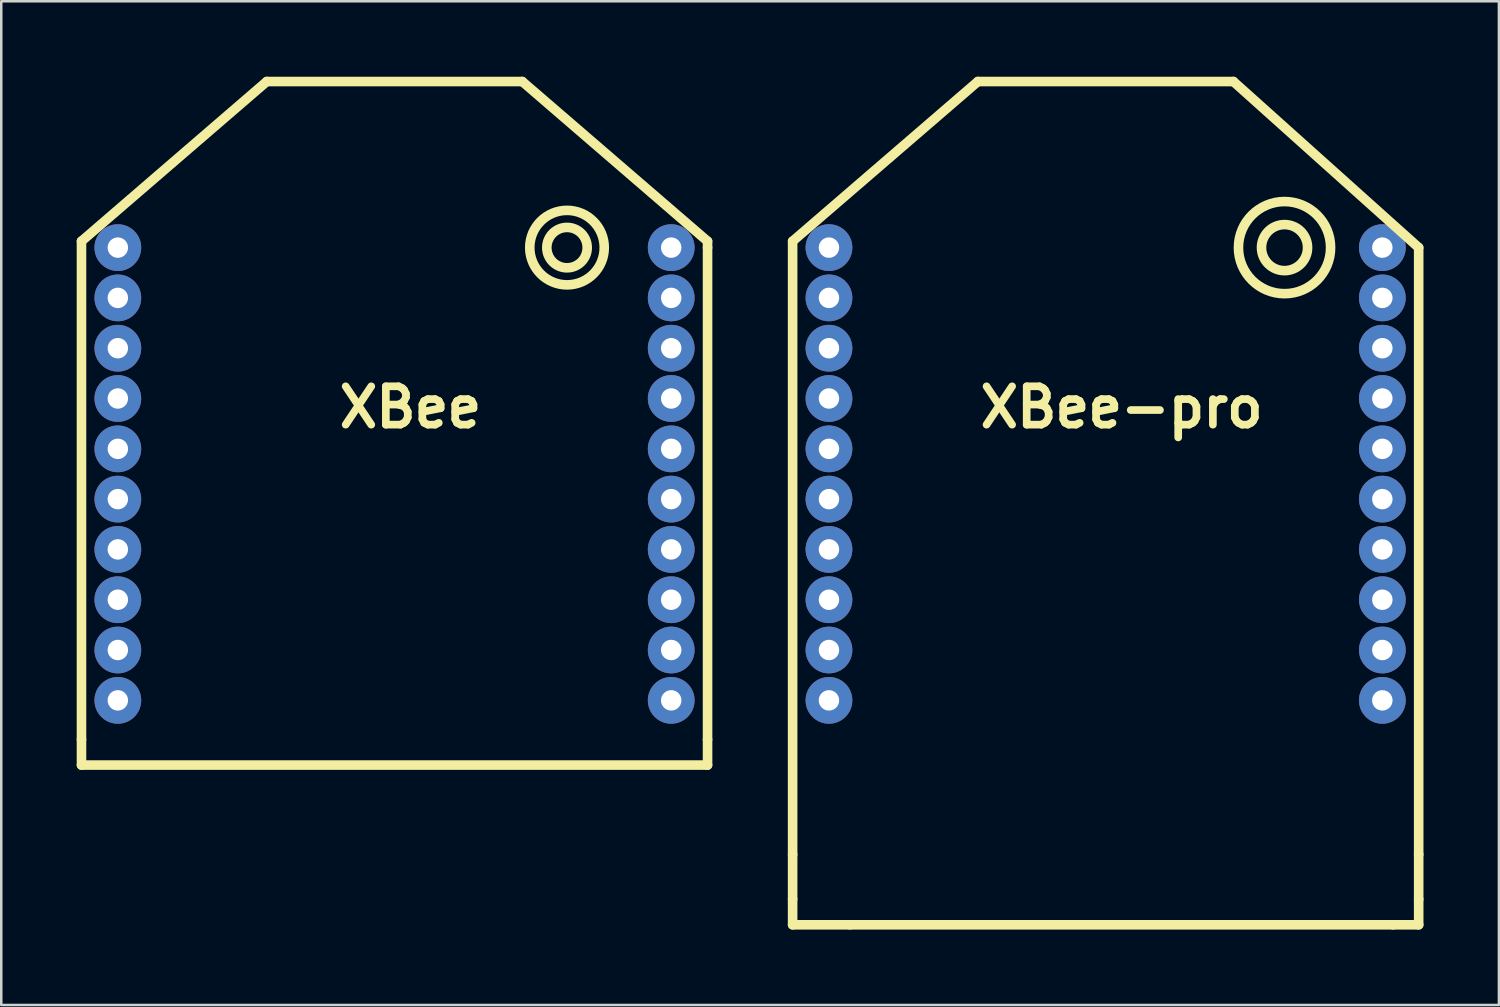
<source format=kicad_pcb>
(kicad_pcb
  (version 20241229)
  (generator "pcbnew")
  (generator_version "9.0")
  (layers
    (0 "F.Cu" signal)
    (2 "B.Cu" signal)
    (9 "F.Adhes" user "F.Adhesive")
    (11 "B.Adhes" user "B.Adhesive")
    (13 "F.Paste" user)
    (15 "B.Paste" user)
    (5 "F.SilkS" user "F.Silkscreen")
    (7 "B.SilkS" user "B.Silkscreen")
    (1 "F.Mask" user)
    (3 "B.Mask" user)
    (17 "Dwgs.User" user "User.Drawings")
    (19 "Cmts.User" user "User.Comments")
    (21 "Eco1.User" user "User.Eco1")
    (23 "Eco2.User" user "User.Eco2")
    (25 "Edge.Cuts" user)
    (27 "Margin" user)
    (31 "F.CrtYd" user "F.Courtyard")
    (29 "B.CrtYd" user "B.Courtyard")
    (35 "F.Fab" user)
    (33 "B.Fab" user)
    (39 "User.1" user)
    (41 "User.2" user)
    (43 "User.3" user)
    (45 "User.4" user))
  (footprint "XBee"
    (layer "F.Cu")
    (at 12.636 6.795)
    (property "Reference" "XBee" (at 0.635 6.35 0) (layer "F.SilkS") (effects (font (size 1.524 1.524) (thickness 0.305))))
    (attr through_hole)
    (fp_line (start -12.446 -0.254) (end -5.08 -6.604) (stroke (width 0.381) (type solid)) (layer "F.SilkS"))
    (fp_line (start -12.446 19.558) (end -12.446 -0.254) (stroke (width 0.381) (type solid)) (layer "F.SilkS"))
    (fp_line (start -12.446 19.558) (end -12.446 20.574) (stroke (width 0.381) (type solid)) (layer "F.SilkS"))
    (fp_line (start -12.446 20.574) (end 12.446 20.574) (stroke (width 0.381) (type solid)) (layer "F.SilkS"))
    (fp_line (start -5.08 -6.604) (end 5.08 -6.604) (stroke (width 0.381) (type solid)) (layer "F.SilkS"))
    (fp_line (start 12.446 -0.254) (end 5.08 -6.604) (stroke (width 0.381) (type solid)) (layer "F.SilkS"))
    (fp_line (start 12.446 0) (end 12.446 -0.254) (stroke (width 0.381) (type solid)) (layer "F.SilkS"))
    (fp_line (start 12.446 19.558) (end 12.446 0) (stroke (width 0.381) (type solid)) (layer "F.SilkS"))
    (fp_line (start 12.446 19.558) (end 12.446 20.574) (stroke (width 0.381) (type solid)) (layer "F.SilkS"))
    (fp_circle (center 6.858 0) (end 7.62 0.254) (stroke (width 0.381) (type solid)) (fill no) (layer "F.SilkS"))
    (fp_circle (center 6.858 0) (end 8.128 0.762) (stroke (width 0.381) (type solid)) (fill no) (layer "F.SilkS"))
    (pad "1" thru_hole circle (at -11.001 0) (size 1.859 1.859) (drill 0.813) (layers "*.Cu"))
    (pad "2" thru_hole circle (at -11.001 1.999) (size 1.859 1.859) (drill 0.813) (layers "*.Cu"))
    (pad "3" thru_hole circle (at -11.001 4) (size 1.859 1.859) (drill 0.813) (layers "*.Cu"))
    (pad "4" thru_hole circle (at -11.001 5.999) (size 1.859 1.859) (drill 0.813) (layers "*.Cu"))
    (pad "5" thru_hole circle (at -11.001 8.001) (size 1.859 1.859) (drill 0.813) (layers "*.Cu"))
    (pad "6" thru_hole circle (at -11.001 10) (size 1.859 1.859) (drill 0.813) (layers "*.Cu"))
    (pad "7" thru_hole circle (at -11.001 11.999) (size 1.859 1.859) (drill 0.813) (layers "*.Cu"))
    (pad "8" thru_hole circle (at -11.001 14) (size 1.859 1.859) (drill 0.813) (layers "*.Cu"))
    (pad "9" thru_hole circle (at -11.001 15.999) (size 1.859 1.859) (drill 0.813) (layers "*.Cu"))
    (pad "10" thru_hole circle (at -11.001 18.001) (size 1.859 1.859) (drill 0.813) (layers "*.Cu"))
    (pad "11" thru_hole circle (at 11.001 18.001) (size 1.859 1.859) (drill 0.813) (layers "*.Cu"))
    (pad "12" thru_hole circle (at 11.001 15.999) (size 1.859 1.859) (drill 0.813) (layers "*.Cu"))
    (pad "13" thru_hole circle (at 11.001 14) (size 1.859 1.859) (drill 0.813) (layers "*.Cu"))
    (pad "14" thru_hole circle (at 11.001 11.999) (size 1.859 1.859) (drill 0.813) (layers "*.Cu"))
    (pad "15" thru_hole circle (at 11.001 10) (size 1.859 1.859) (drill 0.813) (layers "*.Cu"))
    (pad "16" thru_hole circle (at 11.001 8.001) (size 1.859 1.859) (drill 0.813) (layers "*.Cu"))
    (pad "17" thru_hole circle (at 11.001 5.999) (size 1.859 1.859) (drill 0.813) (layers "*.Cu"))
    (pad "18" thru_hole circle (at 11.001 4) (size 1.859 1.859) (drill 0.813) (layers "*.Cu"))
    (pad "19" thru_hole circle (at 11.001 1.999) (size 1.859 1.859) (drill 0.813) (layers "*.Cu"))
    (pad "20" thru_hole circle (at 11.001 0) (size 1.859 1.859) (drill 0.813) (layers "*.Cu")))
  (footprint "XBee-pro"
    (layer "F.Cu")
    (at 40.91 6.795)
    (property "Reference" "XBee-pro" (at 0.635 6.35 0) (layer "F.SilkS") (effects (font (size 1.524 1.524) (thickness 0.305))))
    (attr through_hole)
    (fp_line (start -12.446 -0.254) (end -5.08 -6.604) (stroke (width 0.381) (type solid)) (layer "F.SilkS"))
    (fp_line (start -12.446 24.13) (end -12.446 -0.254) (stroke (width 0.381) (type solid)) (layer "F.SilkS"))
    (fp_line (start -12.446 24.13) (end -12.446 25.908) (stroke (width 0.381) (type solid)) (layer "F.SilkS"))
    (fp_line (start -12.446 25.908) (end -12.446 26.924) (stroke (width 0.381) (type solid)) (layer "F.SilkS"))
    (fp_line (start -10.16 26.924) (end -12.446 26.924) (stroke (width 0.381) (type solid)) (layer "F.SilkS"))
    (fp_line (start -10.16 26.924) (end 11.43 26.924) (stroke (width 0.381) (type solid)) (layer "F.SilkS"))
    (fp_line (start -5.08 -6.604) (end 5.08 -6.604) (stroke (width 0.381) (type solid)) (layer "F.SilkS"))
    (fp_line (start 5.08 -6.604) (end 12.446 0) (stroke (width 0.381) (type solid)) (layer "F.SilkS"))
    (fp_line (start 11.43 26.924) (end 12.446 26.924) (stroke (width 0.381) (type solid)) (layer "F.SilkS"))
    (fp_line (start 12.446 0) (end 12.446 24.13) (stroke (width 0.381) (type solid)) (layer "F.SilkS"))
    (fp_line (start 12.446 24.13) (end 12.446 25.908) (stroke (width 0.381) (type solid)) (layer "F.SilkS"))
    (fp_line (start 12.446 25.908) (end 12.446 26.924) (stroke (width 0.381) (type solid)) (layer "F.SilkS"))
    (fp_circle (center 7.112 0) (end 7.874 0.508) (stroke (width 0.381) (type solid)) (fill no) (layer "F.SilkS"))
    (fp_circle (center 7.112 0) (end 8.636 1.016) (stroke (width 0.381) (type solid)) (fill no) (layer "F.SilkS"))
    (pad "1" thru_hole circle (at -11.001 0) (size 1.859 1.859) (drill 0.813) (layers "*.Cu"))
    (pad "2" thru_hole circle (at -11.001 1.999) (size 1.859 1.859) (drill 0.813) (layers "*.Cu"))
    (pad "3" thru_hole circle (at -11.001 4) (size 1.859 1.859) (drill 0.813) (layers "*.Cu"))
    (pad "4" thru_hole circle (at -11.001 5.999) (size 1.859 1.859) (drill 0.813) (layers "*.Cu"))
    (pad "5" thru_hole circle (at -11.001 8.001) (size 1.859 1.859) (drill 0.813) (layers "*.Cu"))
    (pad "6" thru_hole circle (at -11.001 10) (size 1.859 1.859) (drill 0.813) (layers "*.Cu"))
    (pad "7" thru_hole circle (at -11.001 11.999) (size 1.859 1.859) (drill 0.813) (layers "*.Cu"))
    (pad "8" thru_hole circle (at -11.001 14) (size 1.859 1.859) (drill 0.813) (layers "*.Cu"))
    (pad "9" thru_hole circle (at -11.001 15.999) (size 1.859 1.859) (drill 0.813) (layers "*.Cu"))
    (pad "10" thru_hole circle (at -11.001 18.001) (size 1.859 1.859) (drill 0.813) (layers "*.Cu"))
    (pad "11" thru_hole circle (at 11.001 18.001) (size 1.859 1.859) (drill 0.813) (layers "*.Cu"))
    (pad "12" thru_hole circle (at 11.001 15.999) (size 1.859 1.859) (drill 0.813) (layers "*.Cu"))
    (pad "13" thru_hole circle (at 11.001 14) (size 1.859 1.859) (drill 0.813) (layers "*.Cu"))
    (pad "14" thru_hole circle (at 11.001 11.999) (size 1.859 1.859) (drill 0.813) (layers "*.Cu"))
    (pad "15" thru_hole circle (at 11.001 10) (size 1.859 1.859) (drill 0.813) (layers "*.Cu"))
    (pad "16" thru_hole circle (at 11.001 8.001) (size 1.859 1.859) (drill 0.813) (layers "*.Cu"))
    (pad "17" thru_hole circle (at 11.001 5.999) (size 1.859 1.859) (drill 0.813) (layers "*.Cu"))
    (pad "18" thru_hole circle (at 11.001 4) (size 1.859 1.859) (drill 0.813) (layers "*.Cu"))
    (pad "19" thru_hole circle (at 11.001 1.999) (size 1.859 1.859) (drill 0.813) (layers "*.Cu"))
    (pad "20" thru_hole circle (at 11.001 0) (size 1.859 1.859) (drill 0.813) (layers "*.Cu")))
  (gr_rect
    (start -3 -3)
    (end 56.546 36.909)
    (stroke (width 0.1) (type default))
    (fill no)
    (layer "Edge.Cuts")))
</source>
